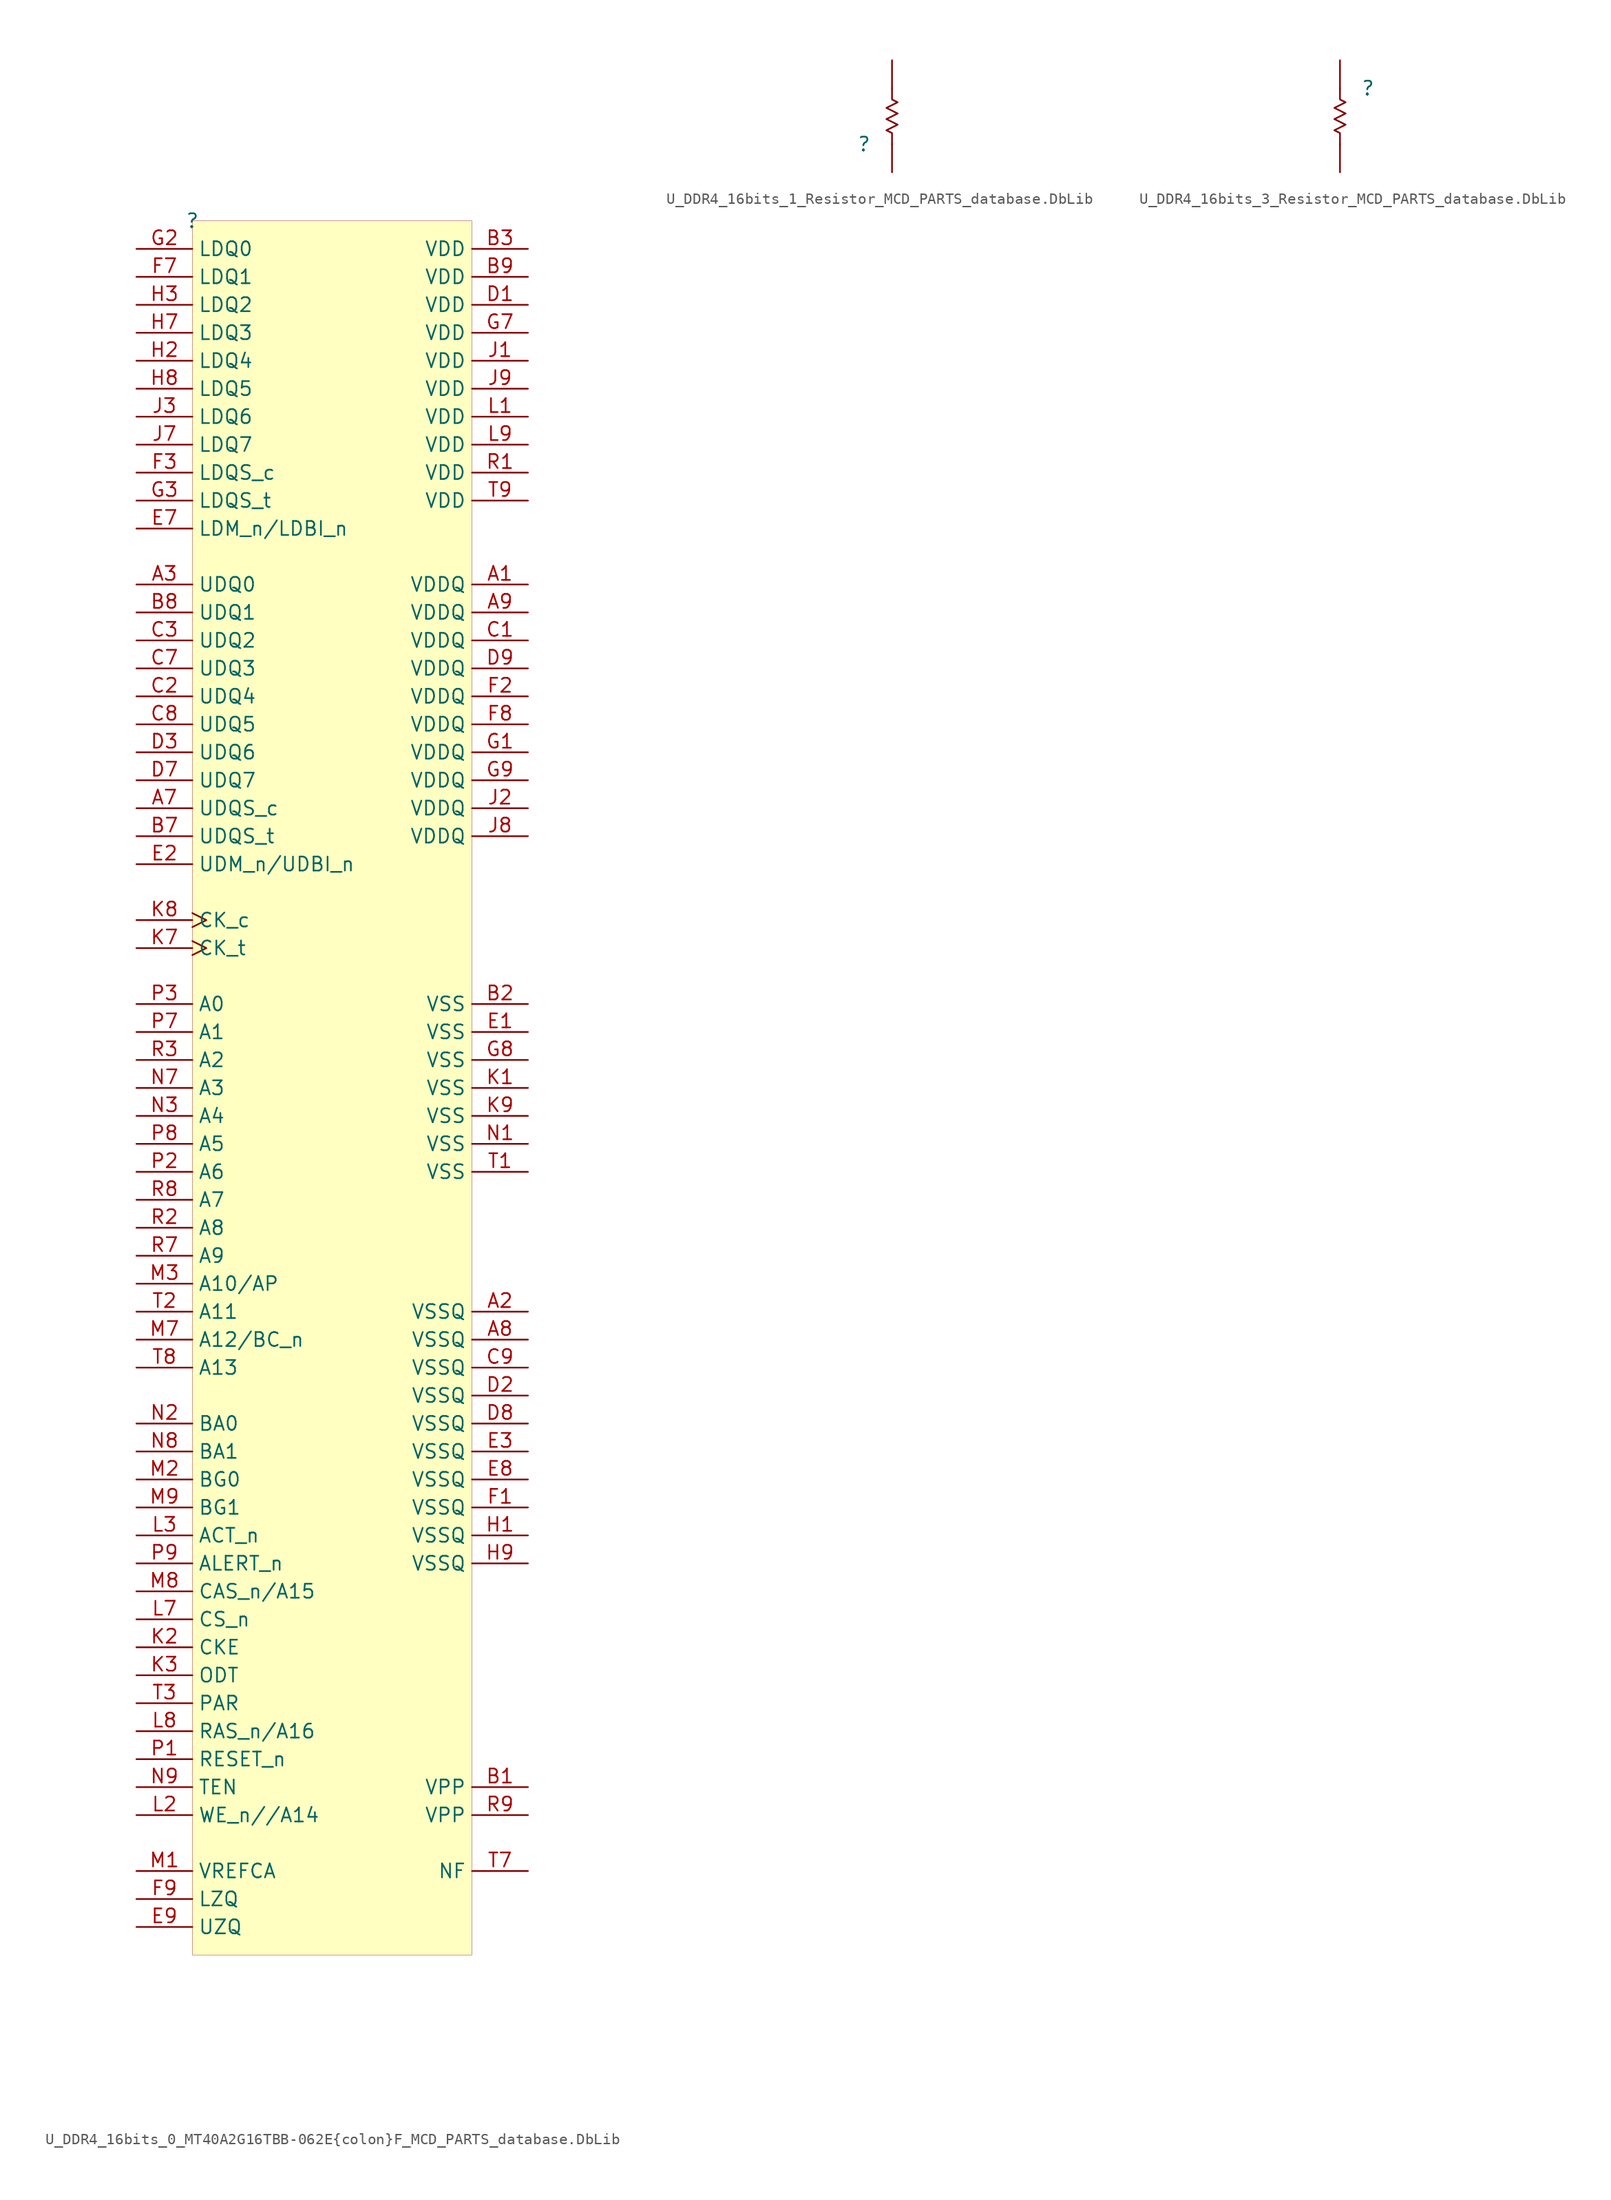
<source format=kicad_sym>
(kicad_symbol_lib
  (version 20241209)
  (generator "kicad_symbol_editor")
  (generator_version "9.0")
  (symbol "U_DDR4_16bits_0_MT40A2G16TBB-062E{colon}F_MCD_PARTS_database.DbLib"
    (property "Reference" ""
      (at 0 0 0)
      (effects (font (size 1.27 1.27))))
    (property "Value" ""
      (at 0 0 0)
      (effects (font (size 1.27 1.27))))
    (symbol "U_DDR4_16bits_0_MT40A2G16TBB-062E{colon}F_MCD_PARTS_database.DbLib_1_0"
      (rectangle (start 25.4 0) (end 0 -157.48) (stroke (width 0.025) (type solid) (color 128 0 0 1)) (fill (type background)))
      (pin bidirectional line (at -5.08 -2.54 0) (length 5.08) (name "LDQ0" (effects (font (size 1.27 1.27)))) (number "G2" (effects (font (size 1.27 1.27)))))
      (pin bidirectional line (at -5.08 -5.08 0) (length 5.08) (name "LDQ1" (effects (font (size 1.27 1.27)))) (number "F7" (effects (font (size 1.27 1.27)))))
      (pin bidirectional line (at -5.08 -7.62 0) (length 5.08) (name "LDQ2" (effects (font (size 1.27 1.27)))) (number "H3" (effects (font (size 1.27 1.27)))))
      (pin bidirectional line (at -5.08 -10.16 0) (length 5.08) (name "LDQ3" (effects (font (size 1.27 1.27)))) (number "H7" (effects (font (size 1.27 1.27)))))
      (pin bidirectional line (at -5.08 -12.7 0) (length 5.08) (name "LDQ4" (effects (font (size 1.27 1.27)))) (number "H2" (effects (font (size 1.27 1.27)))))
      (pin bidirectional line (at -5.08 -15.24 0) (length 5.08) (name "LDQ5" (effects (font (size 1.27 1.27)))) (number "H8" (effects (font (size 1.27 1.27)))))
      (pin bidirectional line (at -5.08 -17.78 0) (length 5.08) (name "LDQ6" (effects (font (size 1.27 1.27)))) (number "J3" (effects (font (size 1.27 1.27)))))
      (pin bidirectional line (at -5.08 -20.32 0) (length 5.08) (name "LDQ7" (effects (font (size 1.27 1.27)))) (number "J7" (effects (font (size 1.27 1.27)))))
      (pin bidirectional line (at -5.08 -22.86 0) (length 5.08) (name "LDQS_c" (effects (font (size 1.27 1.27)))) (number "F3" (effects (font (size 1.27 1.27)))))
      (pin bidirectional line (at -5.08 -25.4 0) (length 5.08) (name "LDQS_t" (effects (font (size 1.27 1.27)))) (number "G3" (effects (font (size 1.27 1.27)))))
      (pin input line (at -5.08 -27.94 0) (length 5.08) (name "LDM_n/LDBI_n" (effects (font (size 1.27 1.27)))) (number "E7" (effects (font (size 1.27 1.27)))))
      (pin bidirectional line (at -5.08 -33.02 0) (length 5.08) (name "UDQ0" (effects (font (size 1.27 1.27)))) (number "A3" (effects (font (size 1.27 1.27)))))
      (pin bidirectional line (at -5.08 -35.56 0) (length 5.08) (name "UDQ1" (effects (font (size 1.27 1.27)))) (number "B8" (effects (font (size 1.27 1.27)))))
      (pin bidirectional line (at -5.08 -38.1 0) (length 5.08) (name "UDQ2" (effects (font (size 1.27 1.27)))) (number "C3" (effects (font (size 1.27 1.27)))))
      (pin bidirectional line (at -5.08 -40.64 0) (length 5.08) (name "UDQ3" (effects (font (size 1.27 1.27)))) (number "C7" (effects (font (size 1.27 1.27)))))
      (pin bidirectional line (at -5.08 -43.18 0) (length 5.08) (name "UDQ4" (effects (font (size 1.27 1.27)))) (number "C2" (effects (font (size 1.27 1.27)))))
      (pin bidirectional line (at -5.08 -45.72 0) (length 5.08) (name "UDQ5" (effects (font (size 1.27 1.27)))) (number "C8" (effects (font (size 1.27 1.27)))))
      (pin bidirectional line (at -5.08 -48.26 0) (length 5.08) (name "UDQ6" (effects (font (size 1.27 1.27)))) (number "D3" (effects (font (size 1.27 1.27)))))
      (pin bidirectional line (at -5.08 -50.8 0) (length 5.08) (name "UDQ7" (effects (font (size 1.27 1.27)))) (number "D7" (effects (font (size 1.27 1.27)))))
      (pin bidirectional line (at -5.08 -53.34 0) (length 5.08) (name "UDQS_c" (effects (font (size 1.27 1.27)))) (number "A7" (effects (font (size 1.27 1.27)))))
      (pin bidirectional line (at -5.08 -55.88 0) (length 5.08) (name "UDQS_t" (effects (font (size 1.27 1.27)))) (number "B7" (effects (font (size 1.27 1.27)))))
      (pin input line (at -5.08 -58.42 0) (length 5.08) (name "UDM_n/UDBI_n" (effects (font (size 1.27 1.27)))) (number "E2" (effects (font (size 1.27 1.27)))))
      (pin input clock (at -5.08 -63.5 0) (length 5.08) (name "CK_c" (effects (font (size 1.27 1.27)))) (number "K8" (effects (font (size 1.27 1.27)))))
      (pin input clock (at -5.08 -66.04 0) (length 5.08) (name "CK_t" (effects (font (size 1.27 1.27)))) (number "K7" (effects (font (size 1.27 1.27)))))
      (pin input line (at -5.08 -71.12 0) (length 5.08) (name "A0" (effects (font (size 1.27 1.27)))) (number "P3" (effects (font (size 1.27 1.27)))))
      (pin input line (at -5.08 -73.66 0) (length 5.08) (name "A1" (effects (font (size 1.27 1.27)))) (number "P7" (effects (font (size 1.27 1.27)))))
      (pin input line (at -5.08 -76.2 0) (length 5.08) (name "A2" (effects (font (size 1.27 1.27)))) (number "R3" (effects (font (size 1.27 1.27)))))
      (pin input line (at -5.08 -78.74 0) (length 5.08) (name "A3" (effects (font (size 1.27 1.27)))) (number "N7" (effects (font (size 1.27 1.27)))))
      (pin input line (at -5.08 -81.28 0) (length 5.08) (name "A4" (effects (font (size 1.27 1.27)))) (number "N3" (effects (font (size 1.27 1.27)))))
      (pin input line (at -5.08 -83.82 0) (length 5.08) (name "A5" (effects (font (size 1.27 1.27)))) (number "P8" (effects (font (size 1.27 1.27)))))
      (pin input line (at -5.08 -86.36 0) (length 5.08) (name "A6" (effects (font (size 1.27 1.27)))) (number "P2" (effects (font (size 1.27 1.27)))))
      (pin input line (at -5.08 -88.9 0) (length 5.08) (name "A7" (effects (font (size 1.27 1.27)))) (number "R8" (effects (font (size 1.27 1.27)))))
      (pin input line (at -5.08 -91.44 0) (length 5.08) (name "A8" (effects (font (size 1.27 1.27)))) (number "R2" (effects (font (size 1.27 1.27)))))
      (pin input line (at -5.08 -93.98 0) (length 5.08) (name "A9" (effects (font (size 1.27 1.27)))) (number "R7" (effects (font (size 1.27 1.27)))))
      (pin input line (at -5.08 -96.52 0) (length 5.08) (name "A10/AP" (effects (font (size 1.27 1.27)))) (number "M3" (effects (font (size 1.27 1.27)))))
      (pin input line (at -5.08 -99.06 0) (length 5.08) (name "A11" (effects (font (size 1.27 1.27)))) (number "T2" (effects (font (size 1.27 1.27)))))
      (pin input line (at -5.08 -101.6 0) (length 5.08) (name "A12/BC_n" (effects (font (size 1.27 1.27)))) (number "M7" (effects (font (size 1.27 1.27)))))
      (pin input line (at -5.08 -104.14 0) (length 5.08) (name "A13" (effects (font (size 1.27 1.27)))) (number "T8" (effects (font (size 1.27 1.27)))))
      (pin input line (at -5.08 -109.22 0) (length 5.08) (name "BA0" (effects (font (size 1.27 1.27)))) (number "N2" (effects (font (size 1.27 1.27)))))
      (pin input line (at -5.08 -111.76 0) (length 5.08) (name "BA1" (effects (font (size 1.27 1.27)))) (number "N8" (effects (font (size 1.27 1.27)))))
      (pin input line (at -5.08 -114.3 0) (length 5.08) (name "BG0" (effects (font (size 1.27 1.27)))) (number "M2" (effects (font (size 1.27 1.27)))))
      (pin input line (at -5.08 -116.84 0) (length 5.08) (name "BG1" (effects (font (size 1.27 1.27)))) (number "M9" (effects (font (size 1.27 1.27)))))
      (pin input line (at -5.08 -119.38 0) (length 5.08) (name "ACT_n" (effects (font (size 1.27 1.27)))) (number "L3" (effects (font (size 1.27 1.27)))))
      (pin output line (at -5.08 -121.92 0) (length 5.08) (name "ALERT_n" (effects (font (size 1.27 1.27)))) (number "P9" (effects (font (size 1.27 1.27)))))
      (pin input line (at -5.08 -124.46 0) (length 5.08) (name "CAS_n/A15" (effects (font (size 1.27 1.27)))) (number "M8" (effects (font (size 1.27 1.27)))))
      (pin input line (at -5.08 -127 0) (length 5.08) (name "CS_n" (effects (font (size 1.27 1.27)))) (number "L7" (effects (font (size 1.27 1.27)))))
      (pin input line (at -5.08 -129.54 0) (length 5.08) (name "CKE" (effects (font (size 1.27 1.27)))) (number "K2" (effects (font (size 1.27 1.27)))))
      (pin input line (at -5.08 -132.08 0) (length 5.08) (name "ODT" (effects (font (size 1.27 1.27)))) (number "K3" (effects (font (size 1.27 1.27)))))
      (pin input line (at -5.08 -134.62 0) (length 5.08) (name "PAR" (effects (font (size 1.27 1.27)))) (number "T3" (effects (font (size 1.27 1.27)))))
      (pin input line (at -5.08 -137.16 0) (length 5.08) (name "RAS_n/A16" (effects (font (size 1.27 1.27)))) (number "L8" (effects (font (size 1.27 1.27)))))
      (pin input line (at -5.08 -139.7 0) (length 5.08) (name "RESET_n" (effects (font (size 1.27 1.27)))) (number "P1" (effects (font (size 1.27 1.27)))))
      (pin input line (at -5.08 -142.24 0) (length 5.08) (name "TEN" (effects (font (size 1.27 1.27)))) (number "N9" (effects (font (size 1.27 1.27)))))
      (pin input line (at -5.08 -144.78 0) (length 5.08) (name "WE_n//A14" (effects (font (size 1.27 1.27)))) (number "L2" (effects (font (size 1.27 1.27)))))
      (pin input line (at -5.08 -149.86 0) (length 5.08) (name "VREFCA" (effects (font (size 1.27 1.27)))) (number "M1" (effects (font (size 1.27 1.27)))))
      (pin input line (at -5.08 -152.4 0) (length 5.08) (name "LZQ" (effects (font (size 1.27 1.27)))) (number "F9" (effects (font (size 1.27 1.27)))))
      (pin input line (at -5.08 -154.94 0) (length 5.08) (name "UZQ" (effects (font (size 1.27 1.27)))) (number "E9" (effects (font (size 1.27 1.27)))))
      (pin power_in line (at 30.48 -2.54 180) (length 5.08) (name "VDD" (effects (font (size 1.27 1.27)))) (number "B3" (effects (font (size 1.27 1.27)))))
      (pin power_in line (at 30.48 -5.08 180) (length 5.08) (name "VDD" (effects (font (size 1.27 1.27)))) (number "B9" (effects (font (size 1.27 1.27)))))
      (pin power_in line (at 30.48 -7.62 180) (length 5.08) (name "VDD" (effects (font (size 1.27 1.27)))) (number "D1" (effects (font (size 1.27 1.27)))))
      (pin power_in line (at 30.48 -10.16 180) (length 5.08) (name "VDD" (effects (font (size 1.27 1.27)))) (number "G7" (effects (font (size 1.27 1.27)))))
      (pin power_in line (at 30.48 -12.7 180) (length 5.08) (name "VDD" (effects (font (size 1.27 1.27)))) (number "J1" (effects (font (size 1.27 1.27)))))
      (pin power_in line (at 30.48 -15.24 180) (length 5.08) (name "VDD" (effects (font (size 1.27 1.27)))) (number "J9" (effects (font (size 1.27 1.27)))))
      (pin power_in line (at 30.48 -17.78 180) (length 5.08) (name "VDD" (effects (font (size 1.27 1.27)))) (number "L1" (effects (font (size 1.27 1.27)))))
      (pin power_in line (at 30.48 -20.32 180) (length 5.08) (name "VDD" (effects (font (size 1.27 1.27)))) (number "L9" (effects (font (size 1.27 1.27)))))
      (pin power_in line (at 30.48 -22.86 180) (length 5.08) (name "VDD" (effects (font (size 1.27 1.27)))) (number "R1" (effects (font (size 1.27 1.27)))))
      (pin power_in line (at 30.48 -25.4 180) (length 5.08) (name "VDD" (effects (font (size 1.27 1.27)))) (number "T9" (effects (font (size 1.27 1.27)))))
      (pin power_in line (at 30.48 -33.02 180) (length 5.08) (name "VDDQ" (effects (font (size 1.27 1.27)))) (number "A1" (effects (font (size 1.27 1.27)))))
      (pin power_in line (at 30.48 -35.56 180) (length 5.08) (name "VDDQ" (effects (font (size 1.27 1.27)))) (number "A9" (effects (font (size 1.27 1.27)))))
      (pin power_in line (at 30.48 -38.1 180) (length 5.08) (name "VDDQ" (effects (font (size 1.27 1.27)))) (number "C1" (effects (font (size 1.27 1.27)))))
      (pin power_in line (at 30.48 -40.64 180) (length 5.08) (name "VDDQ" (effects (font (size 1.27 1.27)))) (number "D9" (effects (font (size 1.27 1.27)))))
      (pin power_in line (at 30.48 -43.18 180) (length 5.08) (name "VDDQ" (effects (font (size 1.27 1.27)))) (number "F2" (effects (font (size 1.27 1.27)))))
      (pin power_in line (at 30.48 -45.72 180) (length 5.08) (name "VDDQ" (effects (font (size 1.27 1.27)))) (number "F8" (effects (font (size 1.27 1.27)))))
      (pin power_in line (at 30.48 -48.26 180) (length 5.08) (name "VDDQ" (effects (font (size 1.27 1.27)))) (number "G1" (effects (font (size 1.27 1.27)))))
      (pin power_in line (at 30.48 -50.8 180) (length 5.08) (name "VDDQ" (effects (font (size 1.27 1.27)))) (number "G9" (effects (font (size 1.27 1.27)))))
      (pin power_in line (at 30.48 -53.34 180) (length 5.08) (name "VDDQ" (effects (font (size 1.27 1.27)))) (number "J2" (effects (font (size 1.27 1.27)))))
      (pin power_in line (at 30.48 -55.88 180) (length 5.08) (name "VDDQ" (effects (font (size 1.27 1.27)))) (number "J8" (effects (font (size 1.27 1.27)))))
      (pin power_in line (at 30.48 -71.12 180) (length 5.08) (name "VSS" (effects (font (size 1.27 1.27)))) (number "B2" (effects (font (size 1.27 1.27)))))
      (pin power_in line (at 30.48 -73.66 180) (length 5.08) (name "VSS" (effects (font (size 1.27 1.27)))) (number "E1" (effects (font (size 1.27 1.27)))))
      (pin power_in line (at 30.48 -76.2 180) (length 5.08) (name "VSS" (effects (font (size 1.27 1.27)))) (number "G8" (effects (font (size 1.27 1.27)))))
      (pin power_in line (at 30.48 -78.74 180) (length 5.08) (name "VSS" (effects (font (size 1.27 1.27)))) (number "K1" (effects (font (size 1.27 1.27)))))
      (pin power_in line (at 30.48 -81.28 180) (length 5.08) (name "VSS" (effects (font (size 1.27 1.27)))) (number "K9" (effects (font (size 1.27 1.27)))))
      (pin power_in line (at 30.48 -83.82 180) (length 5.08) (name "VSS" (effects (font (size 1.27 1.27)))) (number "N1" (effects (font (size 1.27 1.27)))))
      (pin power_in line (at 30.48 -86.36 180) (length 5.08) (name "VSS" (effects (font (size 1.27 1.27)))) (number "T1" (effects (font (size 1.27 1.27)))))
      (pin power_in line (at 30.48 -99.06 180) (length 5.08) (name "VSSQ" (effects (font (size 1.27 1.27)))) (number "A2" (effects (font (size 1.27 1.27)))))
      (pin power_in line (at 30.48 -101.6 180) (length 5.08) (name "VSSQ" (effects (font (size 1.27 1.27)))) (number "A8" (effects (font (size 1.27 1.27)))))
      (pin power_in line (at 30.48 -104.14 180) (length 5.08) (name "VSSQ" (effects (font (size 1.27 1.27)))) (number "C9" (effects (font (size 1.27 1.27)))))
      (pin power_in line (at 30.48 -106.68 180) (length 5.08) (name "VSSQ" (effects (font (size 1.27 1.27)))) (number "D2" (effects (font (size 1.27 1.27)))))
      (pin power_in line (at 30.48 -109.22 180) (length 5.08) (name "VSSQ" (effects (font (size 1.27 1.27)))) (number "D8" (effects (font (size 1.27 1.27)))))
      (pin power_in line (at 30.48 -111.76 180) (length 5.08) (name "VSSQ" (effects (font (size 1.27 1.27)))) (number "E3" (effects (font (size 1.27 1.27)))))
      (pin power_in line (at 30.48 -114.3 180) (length 5.08) (name "VSSQ" (effects (font (size 1.27 1.27)))) (number "E8" (effects (font (size 1.27 1.27)))))
      (pin power_in line (at 30.48 -116.84 180) (length 5.08) (name "VSSQ" (effects (font (size 1.27 1.27)))) (number "F1" (effects (font (size 1.27 1.27)))))
      (pin power_in line (at 30.48 -119.38 180) (length 5.08) (name "VSSQ" (effects (font (size 1.27 1.27)))) (number "H1" (effects (font (size 1.27 1.27)))))
      (pin power_in line (at 30.48 -121.92 180) (length 5.08) (name "VSSQ" (effects (font (size 1.27 1.27)))) (number "H9" (effects (font (size 1.27 1.27)))))
      (pin power_in line (at 30.48 -142.24 180) (length 5.08) (name "VPP" (effects (font (size 1.27 1.27)))) (number "B1" (effects (font (size 1.27 1.27)))))
      (pin power_in line (at 30.48 -144.78 180) (length 5.08) (name "VPP" (effects (font (size 1.27 1.27)))) (number "R9" (effects (font (size 1.27 1.27)))))
      (pin input line (at 30.48 -149.86 180) (length 5.08) (name "NF" (effects (font (size 1.27 1.27)))) (number "T7" (effects (font (size 1.27 1.27)))))))
  (symbol "U_DDR4_16bits_1_Resistor_MCD_PARTS_database.DbLib"
    (pin_numbers
      (hide yes))
    (pin_names
      (hide yes))
    (property "Reference" ""
      (at 0 0 0)
      (effects (font (size 1.27 1.27))))
    (property "Value" ""
      (at 0 0 0)
      (effects (font (size 1.27 1.27))))
    (symbol "U_DDR4_16bits_1_Resistor_MCD_PARTS_database.DbLib_1_0"
      (polyline (pts (xy 2.54 5.08) (xy 2.54 4.064) (xy 3.048 3.81) (xy 2.032 3.302) (xy 3.048 2.794) (xy 2.032 2.286) (xy 3.048 1.778) (xy 2.032 1.27) (xy 2.54 1.016) (xy 2.54 0)) (stroke (width 0) (type solid)) (fill (type none)))
      (pin passive line (at 2.54 7.62 270) (length 2.54) (name "2" (effects (font (size 1.27 1.27)))) (number "2" (effects (font (size 1.27 1.27)))))
      (pin passive line (at 2.54 -2.54 90) (length 2.54) (name "1" (effects (font (size 1.27 1.27)))) (number "1" (effects (font (size 1.27 1.27)))))))
  (symbol "U_DDR4_16bits_3_Resistor_MCD_PARTS_database.DbLib"
    (pin_numbers
      (hide yes))
    (pin_names
      (hide yes))
    (property "Reference" ""
      (at 0 0 0)
      (effects (font (size 1.27 1.27))))
    (property "Value" ""
      (at 0 0 0)
      (effects (font (size 1.27 1.27))))
    (symbol "U_DDR4_16bits_3_Resistor_MCD_PARTS_database.DbLib_1_0"
      (polyline (pts (xy -2.54 -5.08) (xy -2.54 -4.064) (xy -3.048 -3.81) (xy -2.032 -3.302) (xy -3.048 -2.794) (xy -2.032 -2.286) (xy -3.048 -1.778) (xy -2.032 -1.27) (xy -2.54 -1.016) (xy -2.54 0)) (stroke (width 0) (type solid)) (fill (type none)))
      (pin passive line (at -2.54 2.54 270) (length 2.54) (name "1" (effects (font (size 1.27 1.27)))) (number "1" (effects (font (size 1.27 1.27)))))
      (pin passive line (at -2.54 -7.62 90) (length 2.54) (name "2" (effects (font (size 1.27 1.27)))) (number "2" (effects (font (size 1.27 1.27))))))))
</source>
